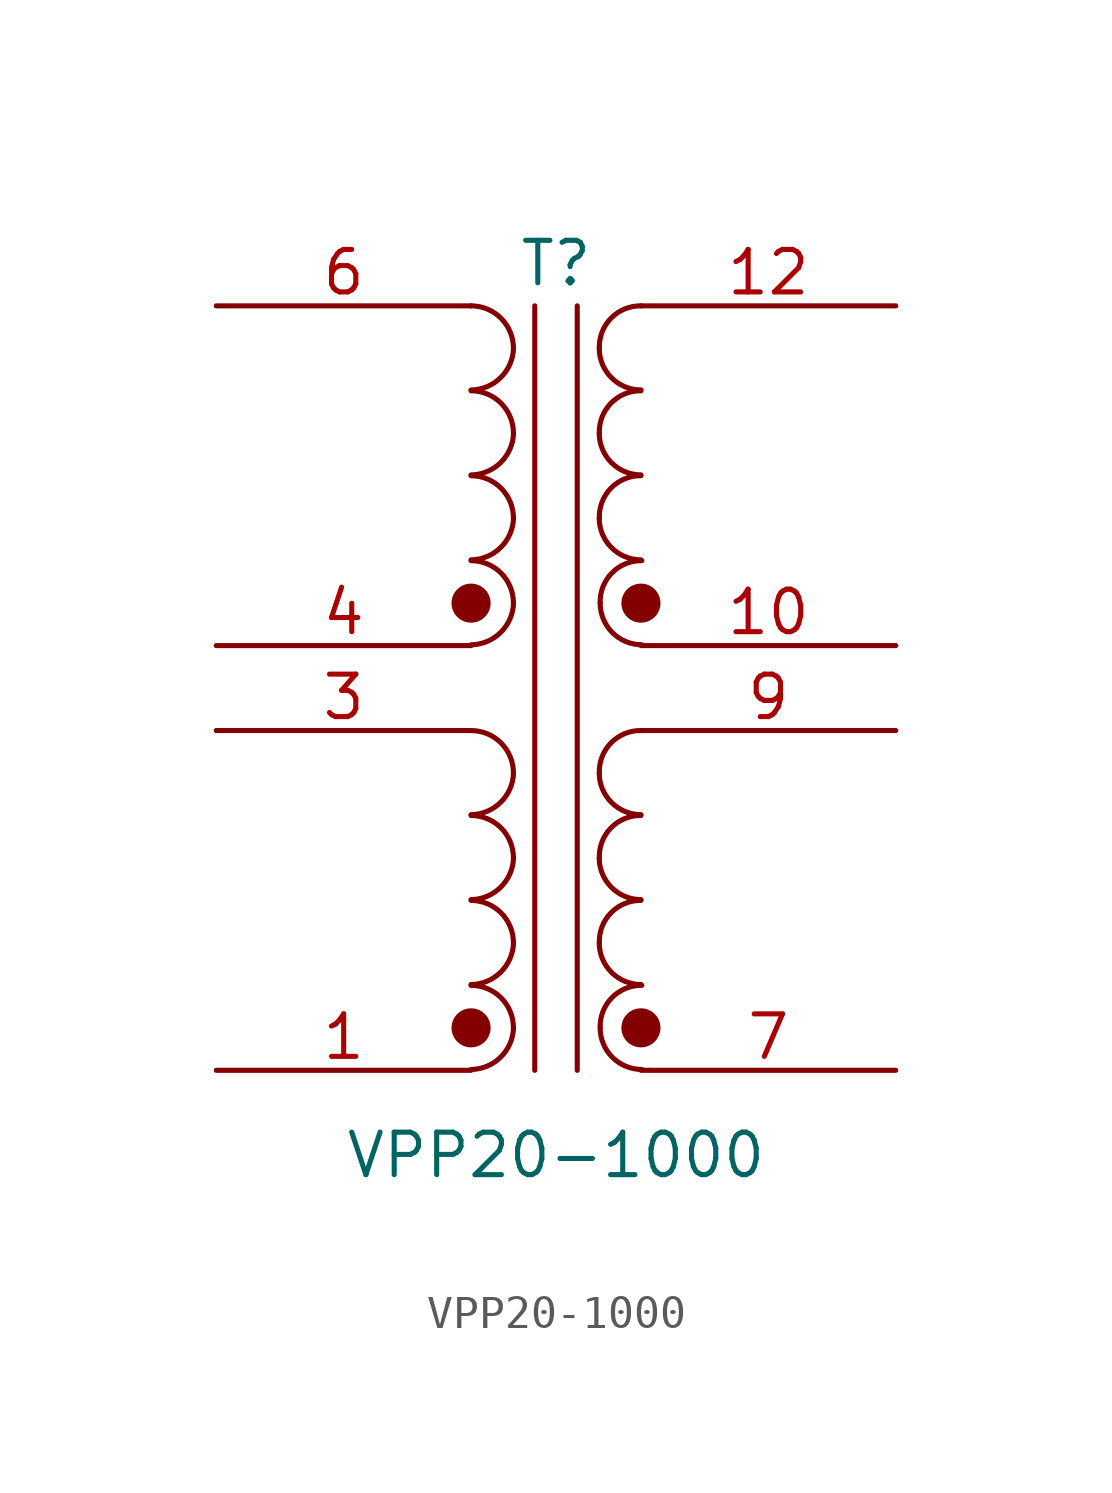
<source format=kicad_sym>
(kicad_symbol_lib
  (version 20220914)
  (generator kicad_symbol_editor)
  (symbol "VPP20-1000"
    (pin_names
      (offset 1.016) hide)
    (property "Reference" "T"
      (at 0 6.35 0)
      (effects (font (size 1.27 1.27))))
    (property "Value" "VPP20-1000"
      (at 0 -20.32 0)
      (effects (font (size 1.27 1.27))))
    (symbol "VPP20-1000_0_1"
      (arc (start -2.54 -17.7546) (mid -1.6561 -17.3863) (end -1.27 -16.51) (stroke (width 0) (type default)) (fill (type none)))
      (arc (start -2.54 -15.2146) (mid -1.6561 -14.8463) (end -1.27 -13.97) (stroke (width 0) (type default)) (fill (type none)))
      (arc (start -2.54 -12.6746) (mid -1.6561 -12.3063) (end -1.27 -11.43) (stroke (width 0) (type default)) (fill (type none)))
      (arc (start -2.54 -10.1346) (mid -1.6561 -9.7663) (end -1.27 -8.89) (stroke (width 0) (type default)) (fill (type none)))
      (arc (start -2.54 -5.0546) (mid -1.6599 -4.6901) (end -1.27 -3.81) (stroke (width 0) (type default)) (fill (type none)))
      (arc (start -2.54 -2.5146) (mid -1.6599 -2.1501) (end -1.27 -1.27) (stroke (width 0) (type default)) (fill (type none)))
      (arc (start -2.54 0.0254) (mid -1.6599 0.3899) (end -1.27 1.27) (stroke (width 0) (type default)) (fill (type none)))
      (arc (start -2.54 2.5654) (mid -1.6599 2.9299) (end -1.27 3.81) (stroke (width 0) (type default)) (fill (type none)))
      (arc (start -1.27 -16.51) (mid -1.642 -15.612) (end -2.54 -15.24) (stroke (width 0) (type default)) (fill (type none)))
      (arc (start -1.27 -13.97) (mid -1.642 -13.072) (end -2.54 -12.7) (stroke (width 0) (type default)) (fill (type none)))
      (arc (start -1.27 -11.43) (mid -1.642 -10.532) (end -2.54 -10.16) (stroke (width 0) (type default)) (fill (type none)))
      (arc (start -1.27 -8.89) (mid -1.642 -7.992) (end -2.54 -7.62) (stroke (width 0) (type default)) (fill (type none)))
      (arc (start -1.27 -3.81) (mid -1.642 -2.912) (end -2.54 -2.54) (stroke (width 0) (type default)) (fill (type none)))
      (arc (start -1.27 -1.27) (mid -1.642 -0.372) (end -2.54 0) (stroke (width 0) (type default)) (fill (type none)))
      (arc (start -1.27 1.27) (mid -1.642 2.168) (end -2.54 2.54) (stroke (width 0) (type default)) (fill (type none)))
      (arc (start -1.27 3.81) (mid -1.642 4.708) (end -2.54 5.08) (stroke (width 0) (type default)) (fill (type none)))
      (polyline (pts (xy -0.635 -17.78) (xy -0.635 5.08)) (stroke (width 0) (type default)) (fill (type none)))
      (polyline (pts (xy 0.635 -17.78) (xy 0.635 5.08)) (stroke (width 0) (type default)) (fill (type none)))
      (arc (start 1.2954 -13.97) (mid 1.6599 -14.8501) (end 2.54 -15.2146) (stroke (width 0) (type default)) (fill (type none)))
      (arc (start 1.2954 -11.43) (mid 1.6599 -12.3101) (end 2.54 -12.6746) (stroke (width 0) (type default)) (fill (type none)))
      (arc (start 1.2954 -8.89) (mid 1.6599 -9.7701) (end 2.54 -10.1346) (stroke (width 0) (type default)) (fill (type none)))
      (arc (start 1.2954 -1.27) (mid 1.6599 -2.1501) (end 2.54 -2.5146) (stroke (width 0) (type default)) (fill (type none)))
      (arc (start 1.2954 1.27) (mid 1.6599 0.3899) (end 2.54 0.0254) (stroke (width 0) (type default)) (fill (type none)))
      (arc (start 1.2954 3.81) (mid 1.6599 2.9299) (end 2.54 2.5654) (stroke (width 0) (type default)) (fill (type none)))
      (arc (start 1.3208 -16.51) (mid 1.6854 -17.3899) (end 2.5654 -17.7546) (stroke (width 0) (type default)) (fill (type none)))
      (arc (start 1.3208 -3.81) (mid 1.6853 -4.6901) (end 2.5654 -5.0546) (stroke (width 0) (type default)) (fill (type none)))
      (arc (start 2.54 -12.7) (mid 1.6458 -13.0685) (end 1.2954 -13.97) (stroke (width 0) (type default)) (fill (type none)))
      (arc (start 2.54 -10.16) (mid 1.6458 -10.5285) (end 1.2954 -11.43) (stroke (width 0) (type default)) (fill (type none)))
      (arc (start 2.54 -7.62) (mid 1.6458 -7.9885) (end 1.2954 -8.89) (stroke (width 0) (type default)) (fill (type none)))
      (arc (start 2.54 0) (mid 1.642 -0.372) (end 1.2954 -1.27) (stroke (width 0) (type default)) (fill (type none)))
      (arc (start 2.54 2.54) (mid 1.642 2.168) (end 1.2954 1.27) (stroke (width 0) (type default)) (fill (type none)))
      (arc (start 2.54 5.08) (mid 1.642 4.708) (end 1.2954 3.81) (stroke (width 0) (type default)) (fill (type none)))
      (arc (start 2.5654 -15.24) (mid 1.6709 -15.6083) (end 1.3208 -16.51) (stroke (width 0) (type default)) (fill (type none)))
      (arc (start 2.5654 -2.54) (mid 1.6674 -2.912) (end 1.3208 -3.81) (stroke (width 0) (type default)) (fill (type none))))
    (symbol "VPP20-1000_1_1"
      (circle (center -2.54 -16.51) (radius 0.508) (stroke (width 0) (type default)) (fill (type outline)))
      (circle (center -2.54 -3.81) (radius 0.508) (stroke (width 0) (type default)) (fill (type outline)))
      (circle (center 2.54 -16.51) (radius 0.508) (stroke (width 0) (type default)) (fill (type outline)))
      (circle (center 2.54 -3.81) (radius 0.508) (stroke (width 0) (type default)) (fill (type outline)))
      (pin passive line (at -10.16 -17.78 0) (length 7.62) (name "AB" (effects (font (size 1.27 1.27)))) (number "1" (effects (font (size 1.27 1.27)))))
      (pin passive line (at 10.16 -5.08 180) (length 7.62) (name "SA" (effects (font (size 1.27 1.27)))) (number "10" (effects (font (size 1.27 1.27)))))
      (pin passive line (at 10.16 5.08 180) (length 7.62) (name "SB" (effects (font (size 1.27 1.27)))) (number "12" (effects (font (size 1.27 1.27)))))
      (pin passive line (at -10.16 -7.62 0) (length 7.62) (name "AA" (effects (font (size 1.27 1.27)))) (number "3" (effects (font (size 1.27 1.27)))))
      (pin passive line (at -10.16 -5.08 0) (length 7.62) (name "AB" (effects (font (size 1.27 1.27)))) (number "4" (effects (font (size 1.27 1.27)))))
      (pin passive line (at -10.16 5.08 0) (length 7.62) (name "AA" (effects (font (size 1.27 1.27)))) (number "6" (effects (font (size 1.27 1.27)))))
      (pin passive line (at 10.16 -17.78 180) (length 7.62) (name "SA" (effects (font (size 1.27 1.27)))) (number "7" (effects (font (size 1.27 1.27)))))
      (pin passive line (at 10.16 -7.62 180) (length 7.62) (name "SB" (effects (font (size 1.27 1.27)))) (number "9" (effects (font (size 1.27 1.27))))))))
</source>
